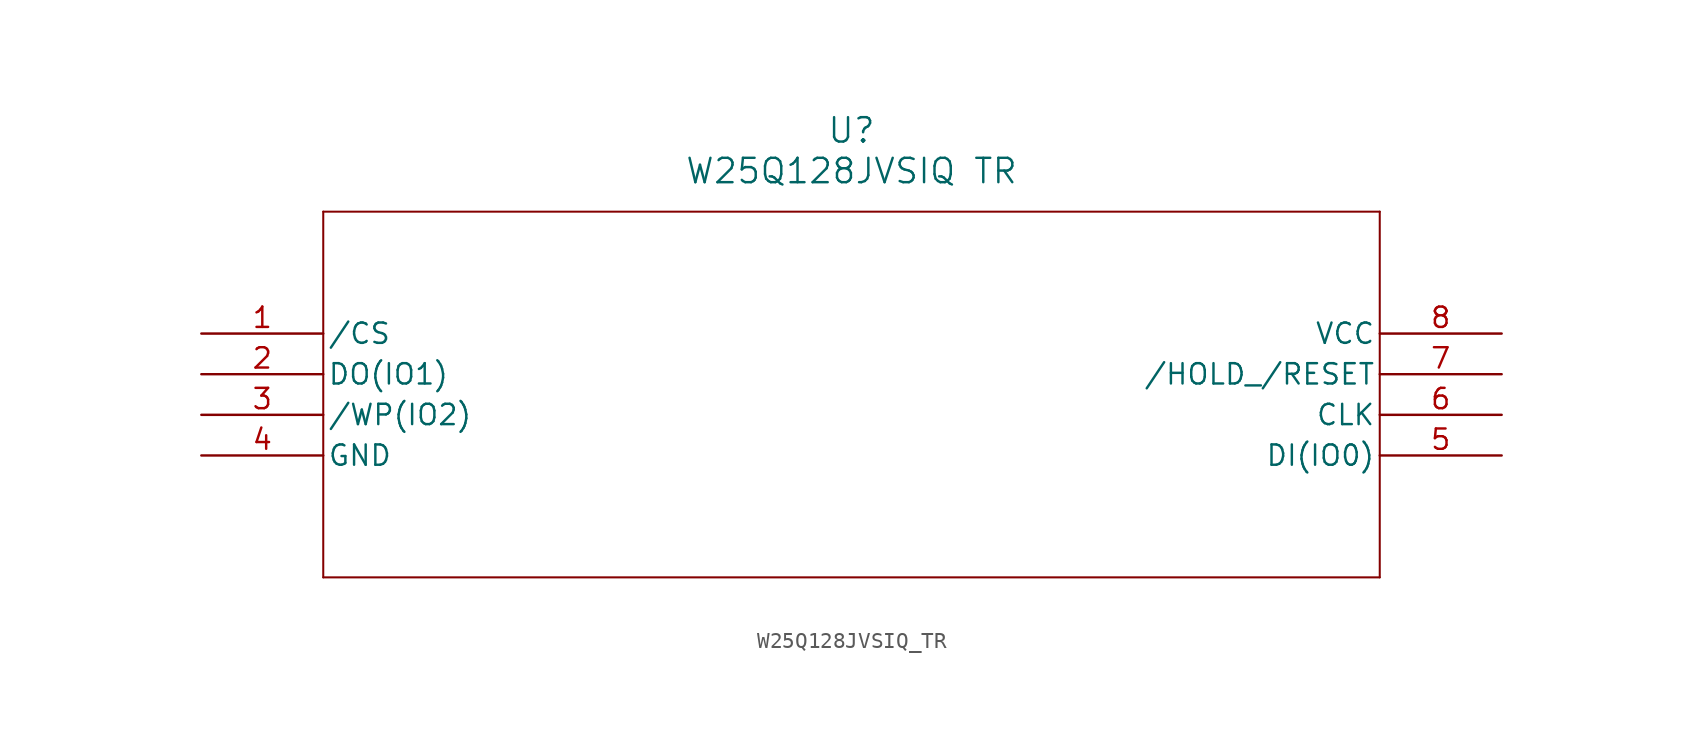
<source format=kicad_sym>
(kicad_symbol_lib
  (version 20211014)
  (generator kicad_symbol_editor)
  (symbol "W25Q128JVSIQ_TR"
    (pin_names
      (offset 0.254))
    (property "Reference" "U"
      (at 40.64 12.7 0)
      (effects (font (size 1.524 1.524))))
    (property "Value" "W25Q128JVSIQ TR"
      (at 40.64 10.16 0)
      (effects (font (size 1.524 1.524))))
    (symbol "W25Q128JVSIQ_TR_0_1"
      (polyline (pts (xy 7.62 7.62) (xy 7.62 -15.24)) (stroke (width 0.127) (type default) (color 0 0 0 0)) (fill (type none)))
      (polyline (pts (xy 7.62 -15.24) (xy 73.66 -15.24)) (stroke (width 0.127) (type default) (color 0 0 0 0)) (fill (type none)))
      (polyline (pts (xy 73.66 -15.24) (xy 73.66 7.62)) (stroke (width 0.127) (type default) (color 0 0 0 0)) (fill (type none)))
      (polyline (pts (xy 73.66 7.62) (xy 7.62 7.62)) (stroke (width 0.127) (type default) (color 0 0 0 0)) (fill (type none)))
      (pin input line (at 0 0 0) (length 7.62) (name "/CS" (effects (font (size 1.27 1.27)))) (number "1" (effects (font (size 1.27 1.27)))))
      (pin bidirectional line (at 0 -2.54 0) (length 7.62) (name "DO(IO1)" (effects (font (size 1.27 1.27)))) (number "2" (effects (font (size 1.27 1.27)))))
      (pin bidirectional line (at 0 -5.08 0) (length 7.62) (name "/WP(IO2)" (effects (font (size 1.27 1.27)))) (number "3" (effects (font (size 1.27 1.27)))))
      (pin passive line (at 0 -7.62 0) (length 7.62) (name "GND" (effects (font (size 1.27 1.27)))) (number "4" (effects (font (size 1.27 1.27)))))
      (pin bidirectional line (at 81.28 -7.62 180) (length 7.62) (name "DI(IO0)" (effects (font (size 1.27 1.27)))) (number "5" (effects (font (size 1.27 1.27)))))
      (pin input line (at 81.28 -5.08 180) (length 7.62) (name "CLK" (effects (font (size 1.27 1.27)))) (number "6" (effects (font (size 1.27 1.27)))))
      (pin bidirectional line (at 81.28 -2.54 180) (length 7.62) (name "/HOLD_/RESET" (effects (font (size 1.27 1.27)))) (number "7" (effects (font (size 1.27 1.27)))))
      (pin passive line (at 81.28 0 180) (length 7.62) (name "VCC" (effects (font (size 1.27 1.27)))) (number "8" (effects (font (size 1.27 1.27))))))))
</source>
